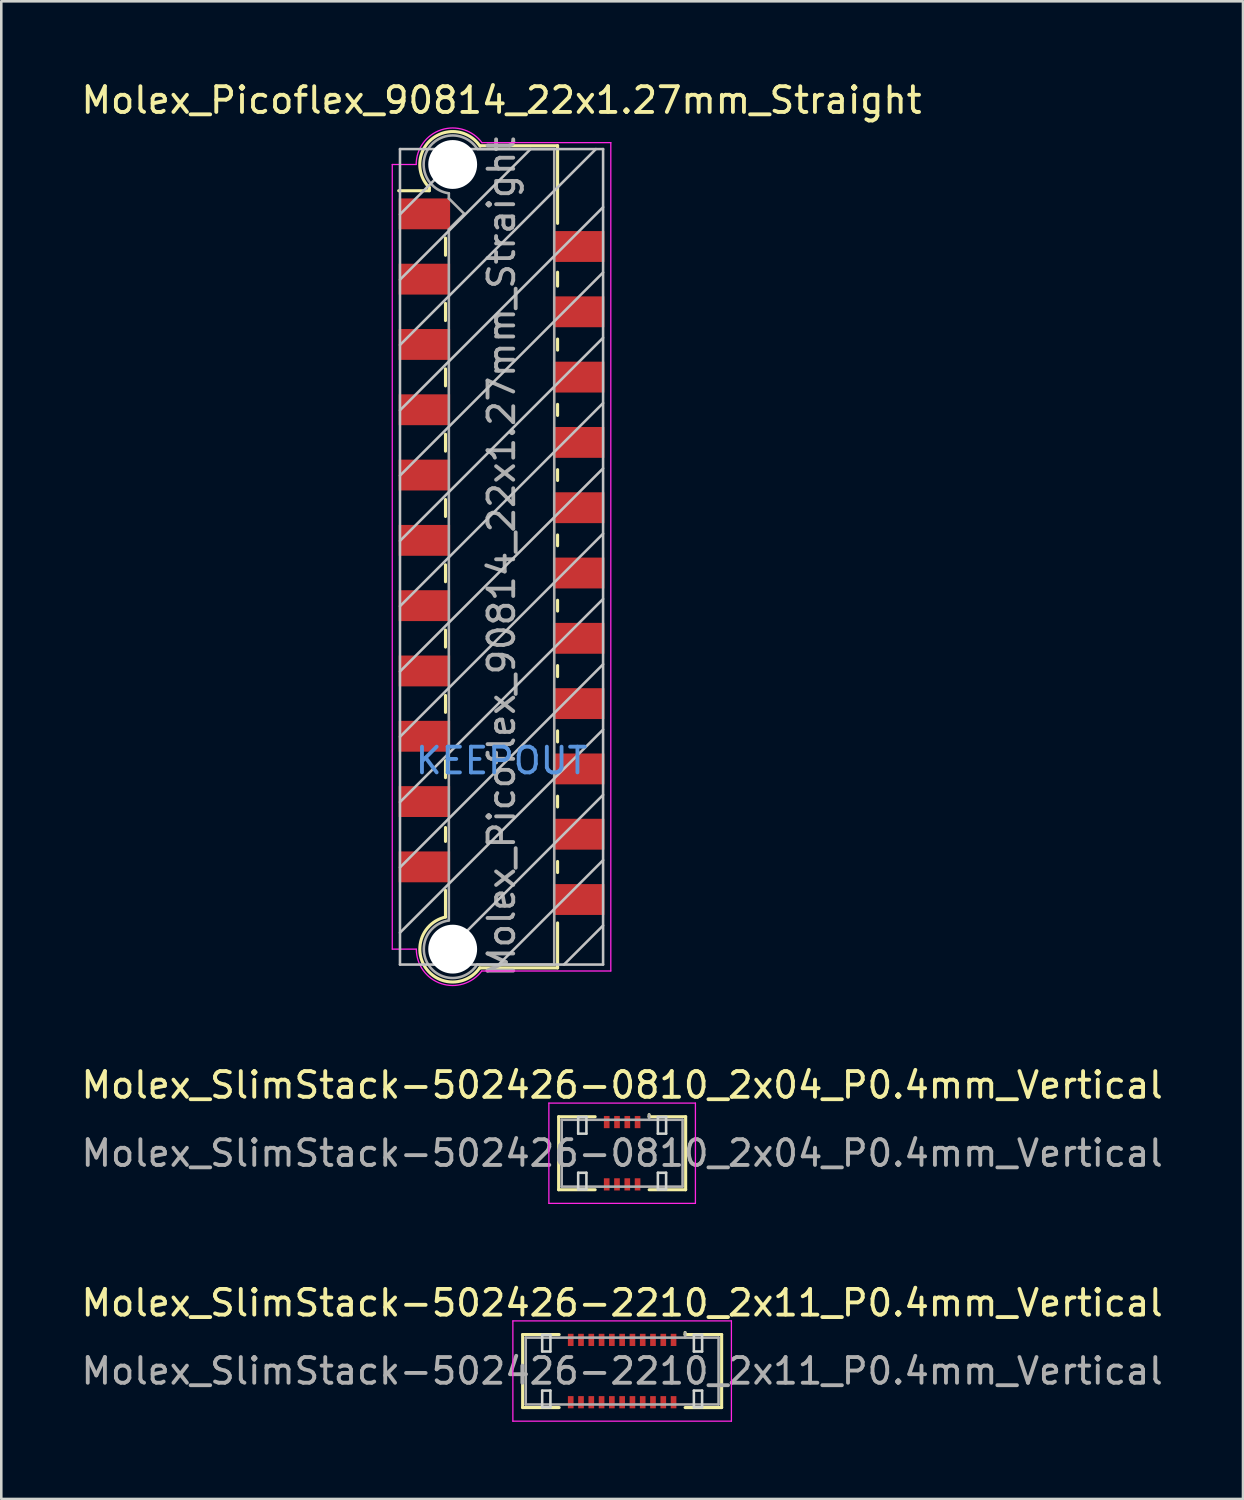
<source format=kicad_pcb>
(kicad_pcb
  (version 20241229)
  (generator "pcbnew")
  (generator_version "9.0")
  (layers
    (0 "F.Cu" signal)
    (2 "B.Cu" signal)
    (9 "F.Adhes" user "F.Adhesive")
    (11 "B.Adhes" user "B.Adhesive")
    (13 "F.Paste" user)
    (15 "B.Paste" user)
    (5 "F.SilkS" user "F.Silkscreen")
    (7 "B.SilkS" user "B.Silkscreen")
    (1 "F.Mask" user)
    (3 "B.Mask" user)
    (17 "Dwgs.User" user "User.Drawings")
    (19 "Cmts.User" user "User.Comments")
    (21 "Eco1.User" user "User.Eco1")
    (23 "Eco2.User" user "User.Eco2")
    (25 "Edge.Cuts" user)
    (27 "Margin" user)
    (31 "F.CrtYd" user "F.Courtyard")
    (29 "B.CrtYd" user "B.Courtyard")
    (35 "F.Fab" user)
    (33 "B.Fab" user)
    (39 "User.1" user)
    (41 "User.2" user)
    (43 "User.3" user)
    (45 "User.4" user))
  (footprint "Molex_SlimStack-502426-2210_2x11_P0.4mm_Vertical"
    (layer "F.Cu")
    (at 21.149 50.279)
    (property "Reference" "Molex_SlimStack-502426-2210_2x11_P0.4mm_Vertical" (at 0 -2.65 0) (layer "F.SilkS") (effects (font (size 1 1) (thickness 0.15))))
    (attr smd)
    (fp_line (start -3.87 -1.42) (end -2.45 -1.42) (stroke (width 0.12) (type solid)) (layer "F.SilkS"))
    (fp_line (start -3.87 1.42) (end -3.87 -1.42) (stroke (width 0.12) (type solid)) (layer "F.SilkS"))
    (fp_line (start -2.45 1.42) (end -3.87 1.42) (stroke (width 0.12) (type solid)) (layer "F.SilkS"))
    (fp_line (start 2.45 -1.42) (end 2.45 -1.5) (stroke (width 0.12) (type solid)) (layer "F.SilkS"))
    (fp_line (start 2.45 1.42) (end 3.87 1.42) (stroke (width 0.12) (type solid)) (layer "F.SilkS"))
    (fp_line (start 3.87 -1.42) (end 2.45 -1.42) (stroke (width 0.12) (type solid)) (layer "F.SilkS"))
    (fp_line (start 3.87 1.42) (end 3.87 -1.42) (stroke (width 0.12) (type solid)) (layer "F.SilkS"))
    (fp_line (start -3.11 -1.41) (end -3.11 -0.76) (stroke (width 0.1) (type solid)) (layer "Edge.Cuts"))
    (fp_line (start -3.11 -0.76) (end -2.79 -0.76) (stroke (width 0.1) (type solid)) (layer "Edge.Cuts"))
    (fp_line (start -3.11 0.76) (end -3.11 1.41) (stroke (width 0.1) (type solid)) (layer "Edge.Cuts"))
    (fp_line (start -3.11 1.41) (end -2.79 1.41) (stroke (width 0.1) (type solid)) (layer "Edge.Cuts"))
    (fp_line (start -2.79 -1.41) (end -3.11 -1.41) (stroke (width 0.1) (type solid)) (layer "Edge.Cuts"))
    (fp_line (start -2.79 -0.76) (end -2.79 -1.41) (stroke (width 0.1) (type solid)) (layer "Edge.Cuts"))
    (fp_line (start -2.79 0.76) (end -3.11 0.76) (stroke (width 0.1) (type solid)) (layer "Edge.Cuts"))
    (fp_line (start -2.79 1.41) (end -2.79 0.76) (stroke (width 0.1) (type solid)) (layer "Edge.Cuts"))
    (fp_line (start 2.79 -1.41) (end 2.79 -0.76) (stroke (width 0.1) (type solid)) (layer "Edge.Cuts"))
    (fp_line (start 2.79 -0.76) (end 3.11 -0.76) (stroke (width 0.1) (type solid)) (layer "Edge.Cuts"))
    (fp_line (start 2.79 0.76) (end 2.79 1.41) (stroke (width 0.1) (type solid)) (layer "Edge.Cuts"))
    (fp_line (start 2.79 1.41) (end 3.11 1.41) (stroke (width 0.1) (type solid)) (layer "Edge.Cuts"))
    (fp_line (start 3.11 -1.41) (end 2.79 -1.41) (stroke (width 0.1) (type solid)) (layer "Edge.Cuts"))
    (fp_line (start 3.11 -0.76) (end 3.11 -1.41) (stroke (width 0.1) (type solid)) (layer "Edge.Cuts"))
    (fp_line (start 3.11 0.76) (end 2.79 0.76) (stroke (width 0.1) (type solid)) (layer "Edge.Cuts"))
    (fp_line (start 3.11 1.41) (end 3.11 0.76) (stroke (width 0.1) (type solid)) (layer "Edge.Cuts"))
    (fp_line (start -4.25 -1.95) (end -4.25 1.95) (stroke (width 0.05) (type solid)) (layer "F.CrtYd"))
    (fp_line (start -4.25 1.95) (end 4.25 1.95) (stroke (width 0.05) (type solid)) (layer "F.CrtYd"))
    (fp_line (start 4.25 -1.95) (end -4.25 -1.95) (stroke (width 0.05) (type solid)) (layer "F.CrtYd"))
    (fp_line (start 4.25 1.95) (end 4.25 -1.95) (stroke (width 0.05) (type solid)) (layer "F.CrtYd"))
    (fp_line (start -3.75 -1.3) (end -3.75 1.3) (stroke (width 0.1) (type solid)) (layer "F.Fab"))
    (fp_line (start -3.75 1.3) (end 3.75 1.3) (stroke (width 0.1) (type solid)) (layer "F.Fab"))
    (fp_line (start 2.45 -1.3) (end 2.45 -1.5) (stroke (width 0.1) (type solid)) (layer "F.Fab"))
    (fp_line (start 3.75 -1.3) (end -3.75 -1.3) (stroke (width 0.1) (type solid)) (layer "F.Fab"))
    (fp_line (start 3.75 1.3) (end 3.75 -1.3) (stroke (width 0.1) (type solid)) (layer "F.Fab"))
    (fp_text user "${REFERENCE}" (at 0 0 0) (layer "F.Fab") (effects (font (size 1 1) (thickness 0.15))))
    (pad "1" smd rect (at 2 -1.212) (size 0.22 0.475) (layers "F.Cu" "F.Mask" "F.Paste"))
    (pad "2" smd rect (at 2 1.212) (size 0.22 0.475) (layers "F.Cu" "F.Mask" "F.Paste"))
    (pad "3" smd rect (at 1.6 -1.212) (size 0.22 0.475) (layers "F.Cu" "F.Mask" "F.Paste"))
    (pad "4" smd rect (at 1.6 1.212) (size 0.22 0.475) (layers "F.Cu" "F.Mask" "F.Paste"))
    (pad "5" smd rect (at 1.2 -1.212) (size 0.22 0.475) (layers "F.Cu" "F.Mask" "F.Paste"))
    (pad "6" smd rect (at 1.2 1.212) (size 0.22 0.475) (layers "F.Cu" "F.Mask" "F.Paste"))
    (pad "7" smd rect (at 0.8 -1.212) (size 0.22 0.475) (layers "F.Cu" "F.Mask" "F.Paste"))
    (pad "8" smd rect (at 0.8 1.212) (size 0.22 0.475) (layers "F.Cu" "F.Mask" "F.Paste"))
    (pad "9" smd rect (at 0.4 -1.212) (size 0.22 0.475) (layers "F.Cu" "F.Mask" "F.Paste"))
    (pad "10" smd rect (at 0.4 1.212) (size 0.22 0.475) (layers "F.Cu" "F.Mask" "F.Paste"))
    (pad "11" smd rect (at 0 -1.212) (size 0.22 0.475) (layers "F.Cu" "F.Mask" "F.Paste"))
    (pad "12" smd rect (at 0 1.212) (size 0.22 0.475) (layers "F.Cu" "F.Mask" "F.Paste"))
    (pad "13" smd rect (at -0.4 -1.212) (size 0.22 0.475) (layers "F.Cu" "F.Mask" "F.Paste"))
    (pad "14" smd rect (at -0.4 1.212) (size 0.22 0.475) (layers "F.Cu" "F.Mask" "F.Paste"))
    (pad "15" smd rect (at -0.8 -1.212) (size 0.22 0.475) (layers "F.Cu" "F.Mask" "F.Paste"))
    (pad "16" smd rect (at -0.8 1.212) (size 0.22 0.475) (layers "F.Cu" "F.Mask" "F.Paste"))
    (pad "17" smd rect (at -1.2 -1.212) (size 0.22 0.475) (layers "F.Cu" "F.Mask" "F.Paste"))
    (pad "18" smd rect (at -1.2 1.212) (size 0.22 0.475) (layers "F.Cu" "F.Mask" "F.Paste"))
    (pad "19" smd rect (at -1.6 -1.212) (size 0.22 0.475) (layers "F.Cu" "F.Mask" "F.Paste"))
    (pad "20" smd rect (at -1.6 1.212) (size 0.22 0.475) (layers "F.Cu" "F.Mask" "F.Paste"))
    (pad "21" smd rect (at -2 -1.212) (size 0.22 0.475) (layers "F.Cu" "F.Mask" "F.Paste"))
    (pad "22" smd rect (at -2 1.212) (size 0.22 0.475) (layers "F.Cu" "F.Mask" "F.Paste")))
  (footprint "Molex_SlimStack-502426-0810_2x04_P0.4mm_Vertical"
    (layer "F.Cu")
    (at 21.149 41.806)
    (property "Reference" "Molex_SlimStack-502426-0810_2x04_P0.4mm_Vertical" (at 0 -2.65 0) (layer "F.SilkS") (effects (font (size 1 1) (thickness 0.15))))
    (attr smd)
    (fp_line (start -2.47 -1.42) (end -1.05 -1.42) (stroke (width 0.12) (type solid)) (layer "F.SilkS"))
    (fp_line (start -2.47 1.42) (end -2.47 -1.42) (stroke (width 0.12) (type solid)) (layer "F.SilkS"))
    (fp_line (start -1.05 1.42) (end -2.47 1.42) (stroke (width 0.12) (type solid)) (layer "F.SilkS"))
    (fp_line (start 1.05 -1.42) (end 1.05 -1.5) (stroke (width 0.12) (type solid)) (layer "F.SilkS"))
    (fp_line (start 1.05 1.42) (end 2.47 1.42) (stroke (width 0.12) (type solid)) (layer "F.SilkS"))
    (fp_line (start 2.47 -1.42) (end 1.05 -1.42) (stroke (width 0.12) (type solid)) (layer "F.SilkS"))
    (fp_line (start 2.47 1.42) (end 2.47 -1.42) (stroke (width 0.12) (type solid)) (layer "F.SilkS"))
    (fp_line (start -1.71 -1.41) (end -1.71 -0.76) (stroke (width 0.1) (type solid)) (layer "Edge.Cuts"))
    (fp_line (start -1.71 -0.76) (end -1.39 -0.76) (stroke (width 0.1) (type solid)) (layer "Edge.Cuts"))
    (fp_line (start -1.71 0.76) (end -1.71 1.41) (stroke (width 0.1) (type solid)) (layer "Edge.Cuts"))
    (fp_line (start -1.71 1.41) (end -1.39 1.41) (stroke (width 0.1) (type solid)) (layer "Edge.Cuts"))
    (fp_line (start -1.39 -1.41) (end -1.71 -1.41) (stroke (width 0.1) (type solid)) (layer "Edge.Cuts"))
    (fp_line (start -1.39 -0.76) (end -1.39 -1.41) (stroke (width 0.1) (type solid)) (layer "Edge.Cuts"))
    (fp_line (start -1.39 0.76) (end -1.71 0.76) (stroke (width 0.1) (type solid)) (layer "Edge.Cuts"))
    (fp_line (start -1.39 1.41) (end -1.39 0.76) (stroke (width 0.1) (type solid)) (layer "Edge.Cuts"))
    (fp_line (start 1.39 -1.41) (end 1.39 -0.76) (stroke (width 0.1) (type solid)) (layer "Edge.Cuts"))
    (fp_line (start 1.39 -0.76) (end 1.71 -0.76) (stroke (width 0.1) (type solid)) (layer "Edge.Cuts"))
    (fp_line (start 1.39 0.76) (end 1.39 1.41) (stroke (width 0.1) (type solid)) (layer "Edge.Cuts"))
    (fp_line (start 1.39 1.41) (end 1.71 1.41) (stroke (width 0.1) (type solid)) (layer "Edge.Cuts"))
    (fp_line (start 1.71 -1.41) (end 1.39 -1.41) (stroke (width 0.1) (type solid)) (layer "Edge.Cuts"))
    (fp_line (start 1.71 -0.76) (end 1.71 -1.41) (stroke (width 0.1) (type solid)) (layer "Edge.Cuts"))
    (fp_line (start 1.71 0.76) (end 1.39 0.76) (stroke (width 0.1) (type solid)) (layer "Edge.Cuts"))
    (fp_line (start 1.71 1.41) (end 1.71 0.76) (stroke (width 0.1) (type solid)) (layer "Edge.Cuts"))
    (fp_line (start -2.85 -1.95) (end -2.85 1.95) (stroke (width 0.05) (type solid)) (layer "F.CrtYd"))
    (fp_line (start -2.85 1.95) (end 2.85 1.95) (stroke (width 0.05) (type solid)) (layer "F.CrtYd"))
    (fp_line (start 2.85 -1.95) (end -2.85 -1.95) (stroke (width 0.05) (type solid)) (layer "F.CrtYd"))
    (fp_line (start 2.85 1.95) (end 2.85 -1.95) (stroke (width 0.05) (type solid)) (layer "F.CrtYd"))
    (fp_line (start -2.35 -1.3) (end -2.35 1.3) (stroke (width 0.1) (type solid)) (layer "F.Fab"))
    (fp_line (start -2.35 1.3) (end 2.35 1.3) (stroke (width 0.1) (type solid)) (layer "F.Fab"))
    (fp_line (start 1.05 -1.3) (end 1.05 -1.5) (stroke (width 0.1) (type solid)) (layer "F.Fab"))
    (fp_line (start 2.35 -1.3) (end -2.35 -1.3) (stroke (width 0.1) (type solid)) (layer "F.Fab"))
    (fp_line (start 2.35 1.3) (end 2.35 -1.3) (stroke (width 0.1) (type solid)) (layer "F.Fab"))
    (fp_text user "${REFERENCE}" (at 0 0 0) (layer "F.Fab") (effects (font (size 1 1) (thickness 0.15))))
    (pad "1" smd rect (at 0.6 -1.212) (size 0.22 0.475) (layers "F.Cu" "F.Mask" "F.Paste"))
    (pad "2" smd rect (at 0.6 1.212) (size 0.22 0.475) (layers "F.Cu" "F.Mask" "F.Paste"))
    (pad "3" smd rect (at 0.2 -1.212) (size 0.22 0.475) (layers "F.Cu" "F.Mask" "F.Paste"))
    (pad "4" smd rect (at 0.2 1.212) (size 0.22 0.475) (layers "F.Cu" "F.Mask" "F.Paste"))
    (pad "5" smd rect (at -0.2 -1.212) (size 0.22 0.475) (layers "F.Cu" "F.Mask" "F.Paste"))
    (pad "6" smd rect (at -0.2 1.212) (size 0.22 0.475) (layers "F.Cu" "F.Mask" "F.Paste"))
    (pad "7" smd rect (at -0.6 -1.212) (size 0.22 0.475) (layers "F.Cu" "F.Mask" "F.Paste"))
    (pad "8" smd rect (at -0.6 1.212) (size 0.22 0.475) (layers "F.Cu" "F.Mask" "F.Paste")))
  (footprint "Molex_Picoflex_90814_22x1.27mm_Straight"
    (layer "F.Cu")
    (at 16.458 18.608)
    (property "Reference" "Molex_Picoflex_90814_22x1.27mm_Straight" (at 0 -17.76 0) (layer "F.SilkS") (effects (font (size 1 1) (thickness 0.15))))
    (attr smd)
    (fp_line (start -2.81 -14.36) (end -2.81 -14.24) (stroke (width 0.12) (type solid)) (layer "F.SilkS"))
    (fp_line (start -2.81 -14.24) (end -4 -14.24) (stroke (width 0.12) (type solid)) (layer "F.SilkS"))
    (fp_line (start -2.18 -11.73) (end -2.18 -12.4) (stroke (width 0.12) (type solid)) (layer "F.SilkS"))
    (fp_line (start -2.18 -9.19) (end -2.18 -9.86) (stroke (width 0.12) (type solid)) (layer "F.SilkS"))
    (fp_line (start -2.18 -6.65) (end -2.18 -7.31) (stroke (width 0.12) (type solid)) (layer "F.SilkS"))
    (fp_line (start -2.18 -4.11) (end -2.18 -4.77) (stroke (width 0.12) (type solid)) (layer "F.SilkS"))
    (fp_line (start -2.18 -1.57) (end -2.18 -2.23) (stroke (width 0.12) (type solid)) (layer "F.SilkS"))
    (fp_line (start -2.18 0.97) (end -2.18 0.31) (stroke (width 0.12) (type solid)) (layer "F.SilkS"))
    (fp_line (start -2.18 3.51) (end -2.18 2.85) (stroke (width 0.12) (type solid)) (layer "F.SilkS"))
    (fp_line (start -2.18 6.05) (end -2.18 5.39) (stroke (width 0.12) (type solid)) (layer "F.SilkS"))
    (fp_line (start -2.18 8.59) (end -2.18 7.93) (stroke (width 0.12) (type solid)) (layer "F.SilkS"))
    (fp_line (start -2.18 11.07) (end -2.18 10.53) (stroke (width 0.12) (type solid)) (layer "F.SilkS"))
    (fp_line (start -2.18 14.01) (end -2.18 12.97) (stroke (width 0.12) (type solid)) (layer "F.SilkS"))
    (fp_line (start 2.18 -15.99) (end -0.82 -15.99) (stroke (width 0.12) (type solid)) (layer "F.SilkS"))
    (fp_line (start 2.18 -15.99) (end 2.18 -12.97) (stroke (width 0.12) (type solid)) (layer "F.SilkS"))
    (fp_line (start 2.18 -11.07) (end 2.18 -10.53) (stroke (width 0.12) (type solid)) (layer "F.SilkS"))
    (fp_line (start 2.18 -8.47) (end 2.18 -8.04) (stroke (width 0.12) (type solid)) (layer "F.SilkS"))
    (fp_line (start 2.18 -5.93) (end 2.18 -5.5) (stroke (width 0.12) (type solid)) (layer "F.SilkS"))
    (fp_line (start 2.18 -3.39) (end 2.18 -2.97) (stroke (width 0.12) (type solid)) (layer "F.SilkS"))
    (fp_line (start 2.18 -0.85) (end 2.18 -0.43) (stroke (width 0.12) (type solid)) (layer "F.SilkS"))
    (fp_line (start 2.18 1.69) (end 2.18 2.11) (stroke (width 0.12) (type solid)) (layer "F.SilkS"))
    (fp_line (start 2.18 4.23) (end 2.18 4.66) (stroke (width 0.12) (type solid)) (layer "F.SilkS"))
    (fp_line (start 2.18 6.77) (end 2.18 7.2) (stroke (width 0.12) (type solid)) (layer "F.SilkS"))
    (fp_line (start 2.18 9.31) (end 2.18 9.73) (stroke (width 0.12) (type solid)) (layer "F.SilkS"))
    (fp_line (start 2.18 11.85) (end 2.18 12.28) (stroke (width 0.12) (type solid)) (layer "F.SilkS"))
    (fp_line (start 2.18 14.24) (end 2.18 15.99) (stroke (width 0.12) (type solid)) (layer "F.SilkS"))
    (fp_line (start 2.18 15.99) (end -0.85 15.99) (stroke (width 0.12) (type solid)) (layer "F.SilkS"))
    (fp_arc (start -2.81 -14.36) (mid -2.708637 -16.252072) (end -0.834991 -15.969828) (stroke (width 0.12) (type solid)) (layer "F.SilkS"))
    (fp_arc (start -0.85 15.99) (mid -2.962791 15.971248) (end -2.174424 14.010964) (stroke (width 0.12) (type solid)) (layer "F.SilkS"))
    (fp_line (start -3.95 -15.86) (end -3.95 15.86) (stroke (width 0.1) (type solid)) (layer "Dwgs.User"))
    (fp_line (start -3.95 -13.32) (end -1.41 -15.86) (stroke (width 0.1) (type solid)) (layer "Dwgs.User"))
    (fp_line (start -3.95 -10.78) (end 1.13 -15.86) (stroke (width 0.1) (type solid)) (layer "Dwgs.User"))
    (fp_line (start -3.95 -8.24) (end 3.67 -15.86) (stroke (width 0.1) (type solid)) (layer "Dwgs.User"))
    (fp_line (start -3.95 -5.7) (end 3.95 -13.6) (stroke (width 0.1) (type solid)) (layer "Dwgs.User"))
    (fp_line (start -3.95 -3.16) (end 3.95 -11.06) (stroke (width 0.1) (type solid)) (layer "Dwgs.User"))
    (fp_line (start -3.95 -0.62) (end 3.95 -8.52) (stroke (width 0.1) (type solid)) (layer "Dwgs.User"))
    (fp_line (start -3.95 1.92) (end 3.95 -5.98) (stroke (width 0.1) (type solid)) (layer "Dwgs.User"))
    (fp_line (start -3.95 4.46) (end 3.95 -3.44) (stroke (width 0.1) (type solid)) (layer "Dwgs.User"))
    (fp_line (start -3.95 7) (end 3.95 -0.9) (stroke (width 0.1) (type solid)) (layer "Dwgs.User"))
    (fp_line (start -3.95 9.54) (end 3.95 1.64) (stroke (width 0.1) (type solid)) (layer "Dwgs.User"))
    (fp_line (start -3.95 12.08) (end 3.95 4.18) (stroke (width 0.1) (type solid)) (layer "Dwgs.User"))
    (fp_line (start -3.95 14.62) (end 3.95 6.72) (stroke (width 0.1) (type solid)) (layer "Dwgs.User"))
    (fp_line (start -3.95 15.86) (end 3.95 15.86) (stroke (width 0.1) (type solid)) (layer "Dwgs.User"))
    (fp_line (start -2.65 15.86) (end 3.95 9.26) (stroke (width 0.1) (type solid)) (layer "Dwgs.User"))
    (fp_line (start -0.11 15.86) (end 3.95 11.8) (stroke (width 0.1) (type solid)) (layer "Dwgs.User"))
    (fp_line (start 2.43 15.86) (end 3.95 14.34) (stroke (width 0.1) (type solid)) (layer "Dwgs.User"))
    (fp_line (start 3.95 -15.86) (end -3.95 -15.86) (stroke (width 0.1) (type solid)) (layer "Dwgs.User"))
    (fp_line (start 3.95 15.86) (end 3.95 -15.86) (stroke (width 0.1) (type solid)) (layer "Dwgs.User"))
    (fp_line (start -4.25 15.26) (end -4.25 -15.26) (stroke (width 0.05) (type solid)) (layer "F.CrtYd"))
    (fp_line (start -3.32 -15.26) (end -4.25 -15.26) (stroke (width 0.05) (type solid)) (layer "F.CrtYd"))
    (fp_line (start -3.32 15.26) (end -4.25 15.26) (stroke (width 0.05) (type solid)) (layer "F.CrtYd"))
    (fp_line (start 4.25 -16.11) (end -0.76 -16.11) (stroke (width 0.05) (type solid)) (layer "F.CrtYd"))
    (fp_line (start 4.25 -16.11) (end 4.25 16.11) (stroke (width 0.05) (type solid)) (layer "F.CrtYd"))
    (fp_line (start 4.25 16.11) (end -0.77 16.11) (stroke (width 0.05) (type solid)) (layer "F.CrtYd"))
    (fp_arc (start -3.32 -15.26) (mid -2.344692 -16.608573) (end -0.758523 -16.104648) (stroke (width 0.05) (type solid)) (layer "F.CrtYd"))
    (fp_arc (start -0.77 16.11) (mid -2.348691 16.600924) (end -3.314001 15.258743) (stroke (width 0.05) (type solid)) (layer "F.CrtYd"))
    (fp_line (start -2.05 -13.94) (end -2.05 -14.14) (stroke (width 0.1) (type solid)) (layer "F.Fab"))
    (fp_line (start -2.05 -12.74) (end -1.45 -13.34) (stroke (width 0.1) (type solid)) (layer "F.Fab"))
    (fp_line (start -2.05 14.14) (end -2.05 -12.74) (stroke (width 0.1) (type solid)) (layer "F.Fab"))
    (fp_line (start -1.45 -13.34) (end -2.05 -13.94) (stroke (width 0.1) (type solid)) (layer "F.Fab"))
    (fp_line (start 2.05 -15.86) (end -0.93 -15.86) (stroke (width 0.1) (type solid)) (layer "F.Fab"))
    (fp_line (start 2.05 -15.86) (end 2.05 15.86) (stroke (width 0.1) (type solid)) (layer "F.Fab"))
    (fp_line (start 2.05 15.86) (end -0.95 15.86) (stroke (width 0.1) (type solid)) (layer "F.Fab"))
    (fp_arc (start -2.05 -14.14) (mid -2.851672 -15.869279) (end -0.945612 -15.865015) (stroke (width 0.1) (type solid)) (layer "F.Fab"))
    (fp_arc (start -0.95 15.86) (mid -2.845272 15.867422) (end -2.051022 14.146585) (stroke (width 0.1) (type solid)) (layer "F.Fab"))
    (fp_text user "KEEPOUT" (at 0 7.93 0) (layer "Cmts.User") (effects (font (size 1 1) (thickness 0.15))))
    (fp_text user "${REFERENCE}" (at 0 0 90) (layer "F.Fab") (effects (font (size 1 1) (thickness 0.15))))
    (pad "" np_thru_hole circle (at -1.9 -15.26) (size 1.9 1.9) (drill 1.9) (layers "*.Cu"))
    (pad "" np_thru_hole circle (at -1.9 15.26) (size 1.9 1.9) (drill 1.9) (layers "*.Cu"))
    (pad "1" smd rect (at -3 -13.34) (size 2 1.2) (layers "F.Cu" "F.Mask" "F.Paste"))
    (pad "2" smd rect (at 3 -12.07) (size 2 1.2) (layers "F.Cu" "F.Mask" "F.Paste"))
    (pad "3" smd rect (at -3 -10.8) (size 2 1.2) (layers "F.Cu" "F.Mask" "F.Paste"))
    (pad "4" smd rect (at 3 -9.53) (size 2 1.2) (layers "F.Cu" "F.Mask" "F.Paste"))
    (pad "5" smd rect (at -3 -8.26) (size 2 1.2) (layers "F.Cu" "F.Mask" "F.Paste"))
    (pad "6" smd rect (at 3 -6.99) (size 2 1.2) (layers "F.Cu" "F.Mask" "F.Paste"))
    (pad "7" smd rect (at -3 -5.72) (size 2 1.2) (layers "F.Cu" "F.Mask" "F.Paste"))
    (pad "8" smd rect (at 3 -4.45) (size 2 1.2) (layers "F.Cu" "F.Mask" "F.Paste"))
    (pad "9" smd rect (at -3 -3.18) (size 2 1.2) (layers "F.Cu" "F.Mask" "F.Paste"))
    (pad "10" smd rect (at 3 -1.91) (size 2 1.2) (layers "F.Cu" "F.Mask" "F.Paste"))
    (pad "11" smd rect (at -3 -0.64) (size 2 1.2) (layers "F.Cu" "F.Mask" "F.Paste"))
    (pad "12" smd rect (at 3 0.63) (size 2 1.2) (layers "F.Cu" "F.Mask" "F.Paste"))
    (pad "13" smd rect (at -3 1.9) (size 2 1.2) (layers "F.Cu" "F.Mask" "F.Paste"))
    (pad "14" smd rect (at 3 3.17) (size 2 1.2) (layers "F.Cu" "F.Mask" "F.Paste"))
    (pad "15" smd rect (at -3 4.44) (size 2 1.2) (layers "F.Cu" "F.Mask" "F.Paste"))
    (pad "16" smd rect (at 3 5.71) (size 2 1.2) (layers "F.Cu" "F.Mask" "F.Paste"))
    (pad "17" smd rect (at -3 6.98) (size 2 1.2) (layers "F.Cu" "F.Mask" "F.Paste"))
    (pad "18" smd rect (at 3 8.25) (size 2 1.2) (layers "F.Cu" "F.Mask" "F.Paste"))
    (pad "19" smd rect (at -3 9.52) (size 2 1.2) (layers "F.Cu" "F.Mask" "F.Paste"))
    (pad "20" smd rect (at 3 10.79) (size 2 1.2) (layers "F.Cu" "F.Mask" "F.Paste"))
    (pad "21" smd rect (at -3 12.06) (size 2 1.2) (layers "F.Cu" "F.Mask" "F.Paste"))
    (pad "22" smd rect (at 3 13.33) (size 2 1.2) (layers "F.Cu" "F.Mask" "F.Paste")))
  (gr_rect
    (start -3 -3)
    (end 45.298 55.254)
    (stroke (width 0.1) (type default))
    (fill no)
    (layer "Edge.Cuts")))
</source>
